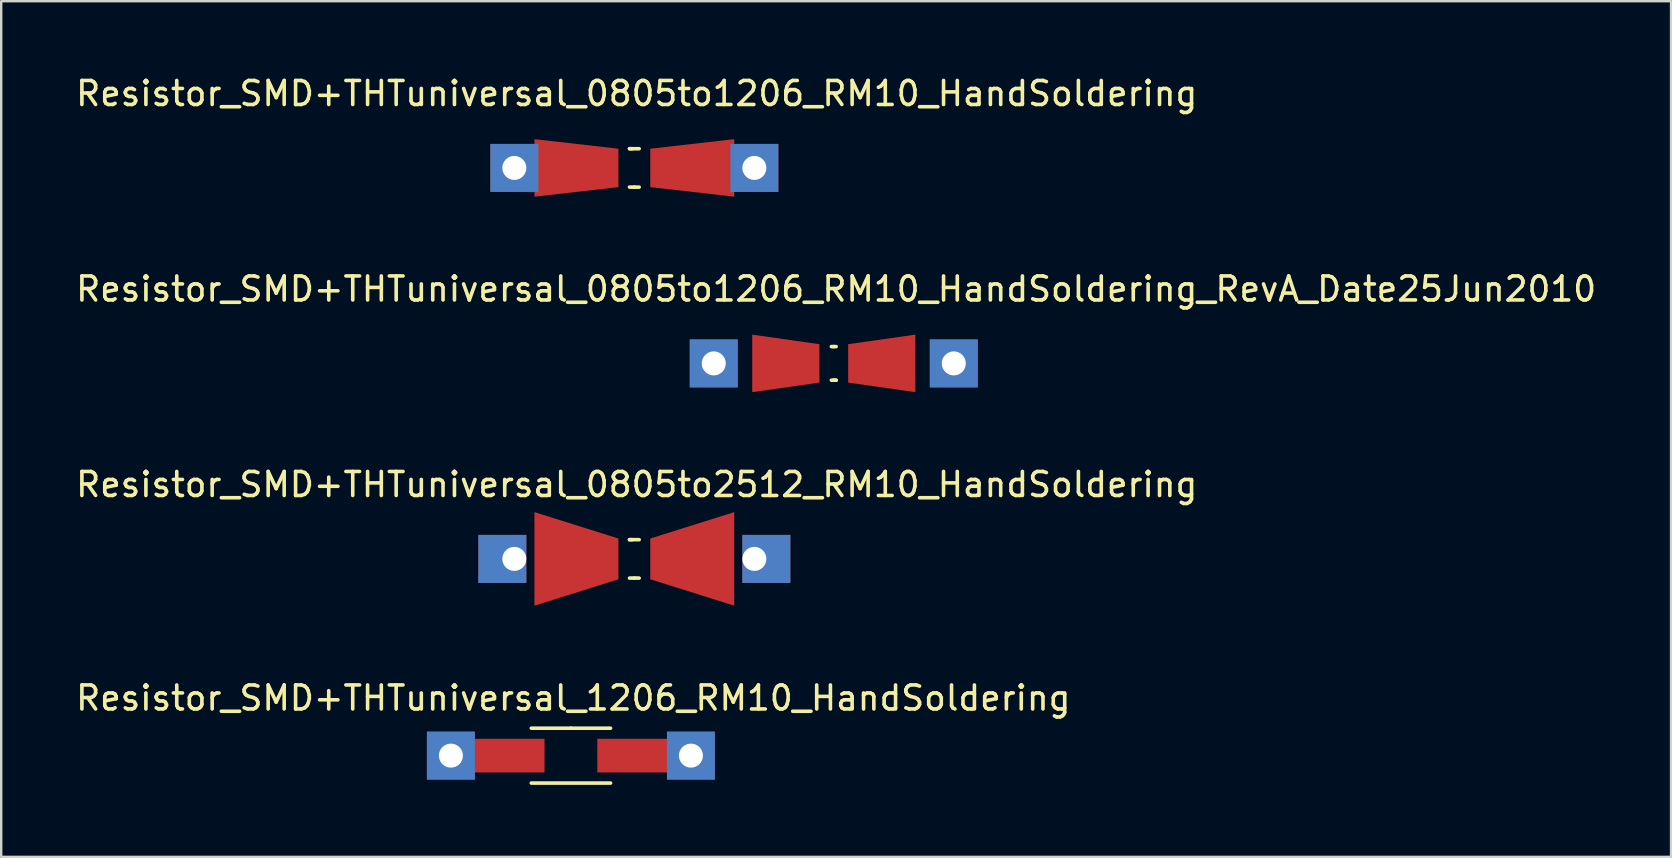
<source format=kicad_pcb>
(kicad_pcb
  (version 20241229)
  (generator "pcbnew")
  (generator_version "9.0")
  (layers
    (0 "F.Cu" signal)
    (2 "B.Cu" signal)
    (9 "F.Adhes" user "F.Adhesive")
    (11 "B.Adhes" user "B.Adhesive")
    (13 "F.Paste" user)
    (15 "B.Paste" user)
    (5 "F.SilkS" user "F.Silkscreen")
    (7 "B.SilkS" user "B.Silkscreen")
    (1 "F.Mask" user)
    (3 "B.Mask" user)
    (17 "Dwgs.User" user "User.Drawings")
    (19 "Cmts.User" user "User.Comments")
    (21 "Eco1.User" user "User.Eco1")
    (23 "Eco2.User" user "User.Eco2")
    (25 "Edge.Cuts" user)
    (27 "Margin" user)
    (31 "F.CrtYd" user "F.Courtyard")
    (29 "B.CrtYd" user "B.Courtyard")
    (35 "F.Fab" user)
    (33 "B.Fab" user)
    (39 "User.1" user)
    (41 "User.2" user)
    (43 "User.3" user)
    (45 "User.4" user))
  (footprint "Resistor_SMD+THTuniversal_0805to1206_RM10_HandSoldering_RevA_Date25Jun2010"
    (layer "F.Cu")
    (at 31.693 12.093)
    (property "Reference" "Resistor_SMD+THTuniversal_0805to1206_RM10_HandSoldering_RevA_Date25Jun2010" (at 0.099 -3.099 0) (layer "F.SilkS") (effects (font (size 1 1) (thickness 0.15))))
    (attr through_hole)
    (fp_line (start 0 -0.701) (end -0.099 -0.701) (stroke (width 0.15) (type solid)) (layer "F.SilkS"))
    (fp_line (start 0 -0.701) (end 0.099 -0.701) (stroke (width 0.15) (type solid)) (layer "F.SilkS"))
    (fp_line (start 0 0.701) (end -0.099 0.701) (stroke (width 0.15) (type solid)) (layer "F.SilkS"))
    (fp_line (start 0 0.701) (end 0.099 0.701) (stroke (width 0.15) (type solid)) (layer "F.SilkS"))
    (fp_line (start 0.099 0.701) (end 0 0.701) (stroke (width 0.15) (type solid)) (layer "F.SilkS"))
    (pad "1" thru_hole rect (at -5.001 0 180) (size 1.999 1.999) (drill 1.001) (layers "*.Cu" "*.Mask"))
    (pad "1" smd trapezoid (at -1.999 0) (size 2.799 1.999) (rect_delta 0.399 0) (layers "F.Cu" "F.Mask" "F.Paste"))
    (pad "2" smd trapezoid (at 1.999 0 180) (size 2.799 1.999) (rect_delta 0.399 0) (layers "F.Cu" "F.Mask" "F.Paste"))
    (pad "2" thru_hole rect (at 5.001 0 180) (size 1.999 1.999) (drill 1.001) (layers "*.Cu" "*.Mask")))
  (footprint "Resistor_SMD+THTuniversal_0805to1206_RM10_HandSoldering"
    (layer "F.Cu")
    (at 23.383 3.947)
    (property "Reference" "Resistor_SMD+THTuniversal_0805to1206_RM10_HandSoldering" (at 0.099 -3.099 0) (layer "F.SilkS") (effects (font (size 1 1) (thickness 0.15))))
    (attr through_hole)
    (fp_line (start -0.201 -0.8) (end 0.201 -0.8) (stroke (width 0.15) (type solid)) (layer "F.SilkS"))
    (fp_line (start -0.099 -0.8) (end -0.201 -0.8) (stroke (width 0.15) (type solid)) (layer "F.SilkS"))
    (fp_line (start 0 0.8) (end -0.201 0.8) (stroke (width 0.15) (type solid)) (layer "F.SilkS"))
    (fp_line (start 0 0.8) (end 0.201 0.8) (stroke (width 0.15) (type solid)) (layer "F.SilkS"))
    (pad "1" thru_hole rect (at -5.001 0 180) (size 1.999 1.999) (drill 1.001) (layers "*.Cu" "*.Mask"))
    (pad "1" smd trapezoid (at -2.413 0) (size 3.5 1.999) (rect_delta 0.399 0) (layers "F.Cu" "F.Mask" "F.Paste"))
    (pad "2" smd trapezoid (at 2.413 0 180) (size 3.5 1.999) (rect_delta 0.399 0) (layers "F.Cu" "F.Mask" "F.Paste"))
    (pad "2" thru_hole rect (at 5.001 0 180) (size 1.999 1.999) (drill 1.001) (layers "*.Cu" "*.Mask")))
  (footprint "Resistor_SMD+THTuniversal_1206_RM10_HandSoldering"
    (layer "F.Cu")
    (at 20.74 28.437)
    (property "Reference" "Resistor_SMD+THTuniversal_1206_RM10_HandSoldering" (at 0.099 -2.4 0) (layer "F.SilkS") (effects (font (size 1 1) (thickness 0.15))))
    (attr through_hole)
    (fp_line (start 0 -1.143) (end -1.651 -1.143) (stroke (width 0.15) (type solid)) (layer "F.SilkS"))
    (fp_line (start 0 -1.143) (end 1.651 -1.143) (stroke (width 0.15) (type solid)) (layer "F.SilkS"))
    (fp_line (start 1.651 1.143) (end -1.651 1.143) (stroke (width 0.15) (type solid)) (layer "F.SilkS"))
    (pad "1" thru_hole rect (at -5.001 0) (size 1.999 1.999) (drill 1.001) (layers "*.Cu" "*.Mask"))
    (pad "1" smd rect (at -2.601 0) (size 3 1.4) (layers "F.Cu" "F.Mask" "F.Paste"))
    (pad "2" smd rect (at 2.601 0) (size 3 1.4) (layers "F.Cu" "F.Mask" "F.Paste"))
    (pad "2" thru_hole rect (at 5.001 0) (size 1.999 1.999) (drill 1.001) (layers "*.Cu" "*.Mask")))
  (footprint "Resistor_SMD+THTuniversal_0805to2512_RM10_HandSoldering"
    (layer "F.Cu")
    (at 23.383 20.239)
    (property "Reference" "Resistor_SMD+THTuniversal_0805to2512_RM10_HandSoldering" (at 0.099 -3.099 0) (layer "F.SilkS") (effects (font (size 1 1) (thickness 0.15))))
    (attr through_hole)
    (fp_line (start -0.201 -0.8) (end 0.201 -0.8) (stroke (width 0.15) (type solid)) (layer "F.SilkS"))
    (fp_line (start -0.099 -0.8) (end -0.201 -0.8) (stroke (width 0.15) (type solid)) (layer "F.SilkS"))
    (fp_line (start 0 0.8) (end -0.201 0.8) (stroke (width 0.15) (type solid)) (layer "F.SilkS"))
    (fp_line (start 0 0.8) (end 0.201 0.8) (stroke (width 0.15) (type solid)) (layer "F.SilkS"))
    (pad "1" thru_hole rect (at -5.001 0 180) (size 1.999 1.999) (drill 1.001 (offset 0.5 0)) (layers "*.Cu" "*.Mask"))
    (pad "1" smd trapezoid (at -2.413 0) (size 3.5 2.799) (rect_delta 1.1 0) (layers "F.Cu" "F.Mask" "F.Paste"))
    (pad "2" smd trapezoid (at 2.413 0 180) (size 3.5 2.799) (rect_delta 1.1 0) (layers "F.Cu" "F.Mask" "F.Paste"))
    (pad "2" thru_hole rect (at 5.001 0 180) (size 1.999 1.999) (drill 1.001 (offset -0.5 0)) (layers "*.Cu" "*.Mask")))
  (gr_rect
    (start -3 -3)
    (end 66.583 32.655)
    (stroke (width 0.1) (type default))
    (fill no)
    (layer "Edge.Cuts")))
</source>
